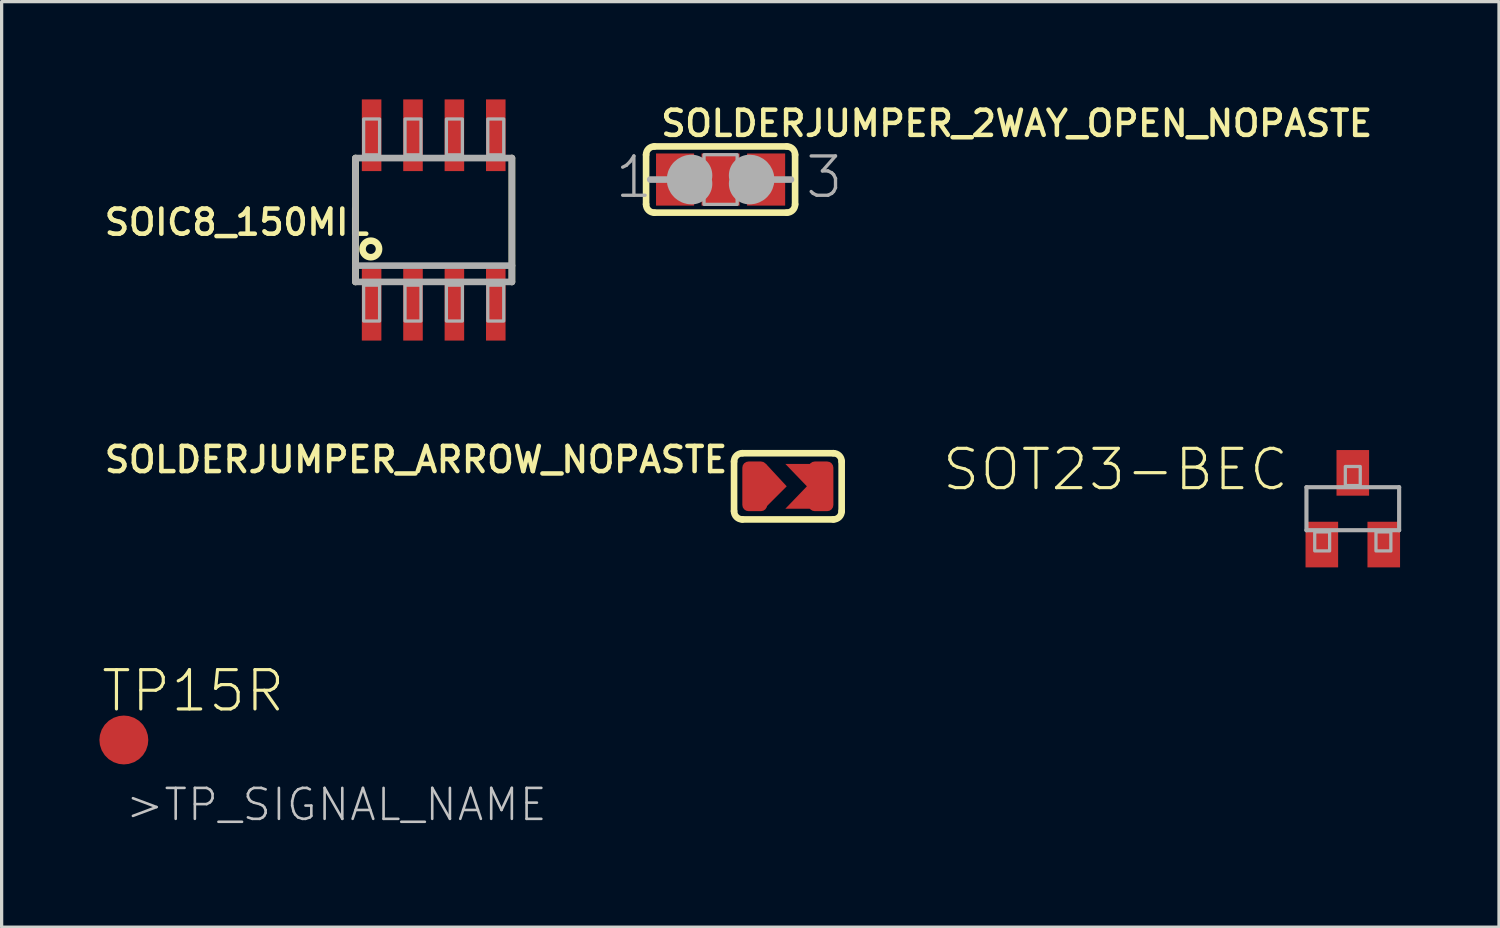
<source format=kicad_pcb>
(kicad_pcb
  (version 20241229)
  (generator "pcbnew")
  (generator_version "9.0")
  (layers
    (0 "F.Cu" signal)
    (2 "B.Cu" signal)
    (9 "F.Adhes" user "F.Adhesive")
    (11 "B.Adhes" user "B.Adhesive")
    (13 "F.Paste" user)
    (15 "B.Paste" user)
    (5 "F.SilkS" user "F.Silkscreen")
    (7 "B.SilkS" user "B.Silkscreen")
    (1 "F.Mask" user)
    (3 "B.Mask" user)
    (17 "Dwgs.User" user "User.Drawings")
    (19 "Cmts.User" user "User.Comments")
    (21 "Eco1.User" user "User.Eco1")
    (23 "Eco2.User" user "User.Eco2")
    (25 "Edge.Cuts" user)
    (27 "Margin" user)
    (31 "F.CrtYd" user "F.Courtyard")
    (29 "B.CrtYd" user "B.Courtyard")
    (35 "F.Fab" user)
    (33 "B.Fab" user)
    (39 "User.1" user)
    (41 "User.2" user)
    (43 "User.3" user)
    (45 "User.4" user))
  (footprint "SOT23-BEC"
    (layer "F.Cu")
    (at 38.458 12.559)
    (property "Reference" "SOT23-BEC" (at -1.905 -1.905 180) (layer "F.SilkS") (effects (font (size 1.206 1.206) (thickness 0.097)) (justify right top)))
    (attr through_hole)
    (fp_line (start -1.422 -0.66) (end 1.422 -0.66) (stroke (width 0.127) (type solid)) (layer "F.Fab"))
    (fp_line (start -1.422 0.66) (end -1.422 -0.66) (stroke (width 0.127) (type solid)) (layer "F.Fab"))
    (fp_line (start 1.422 -0.66) (end 1.422 0.66) (stroke (width 0.127) (type solid)) (layer "F.Fab"))
    (fp_line (start 1.422 0.66) (end -1.422 0.66) (stroke (width 0.127) (type solid)) (layer "F.Fab"))
    (fp_poly (pts (xy -1.168 1.295) (xy -0.711 1.295) (xy -0.711 0.711) (xy -1.168 0.711)) (stroke (width 0.1) (type solid)) (fill no) (layer "F.Fab"))
    (fp_poly (pts (xy -0.229 -0.711) (xy 0.229 -0.711) (xy 0.229 -1.295) (xy -0.229 -1.295)) (stroke (width 0.1) (type solid)) (fill no) (layer "F.Fab"))
    (fp_poly (pts (xy 0.711 1.295) (xy 1.168 1.295) (xy 1.168 0.711) (xy 0.711 0.711)) (stroke (width 0.1) (type solid)) (fill no) (layer "F.Fab"))
    (pad "B" smd rect (at -0.95 1.1) (size 1 1.4) (layers "F.Cu" "F.Mask" "F.Paste"))
    (pad "C" smd rect (at 0 -1.1) (size 1 1.4) (layers "F.Cu" "F.Mask" "F.Paste"))
    (pad "E" smd rect (at 0.95 1.1) (size 1 1.4) (layers "F.Cu" "F.Mask" "F.Paste")))
  (footprint "SOLDERJUMPER_ARROW_NOPASTE"
    (layer "F.Cu")
    (at 21.124 11.872)
    (property "Reference" "SOLDERJUMPER_ARROW_NOPASTE" (at -1.778 -1.27 180) (layer "F.SilkS") (effects (font (size 0.772 0.772) (thickness 0.139)) (justify right top)))
    (attr through_hole)
    (fp_poly (pts (xy -1.293 -0.687) (xy -0.671 -0.687) (xy -0.035 0) (xy -0.722 0.687) (xy -1.293 0.687)) (stroke (width 0) (type solid)) (fill yes) (layer "F.Cu"))
    (fp_poly (pts (xy -0.077 -0.687) (xy 0.584 0) (xy -0.077 0.687) (xy 1.293 0.687) (xy 1.293 -0.687)) (stroke (width 0) (type solid)) (fill yes) (layer "F.Cu"))
    (fp_poly (pts (xy -1.46 0.826) (xy 1.46 0.826) (xy 1.46 -0.826) (xy -1.46 -0.826)) (stroke (width 0) (type solid)) (fill yes) (layer "F.Mask"))
    (fp_line (start -1.651 0.762) (end -1.651 -0.762) (stroke (width 0.203) (type solid)) (layer "F.SilkS"))
    (fp_line (start -1.397 -1.016) (end 1.397 -1.016) (stroke (width 0.203) (type solid)) (layer "F.SilkS"))
    (fp_line (start 1.397 1.016) (end -1.397 1.016) (stroke (width 0.203) (type solid)) (layer "F.SilkS"))
    (fp_line (start 1.651 0.762) (end 1.651 -0.762) (stroke (width 0.203) (type solid)) (layer "F.SilkS"))
    (fp_arc (start -1.651 -0.762) (mid -1.576605 -0.941605) (end -1.397 -1.016) (stroke (width 0.2032) (type solid)) (layer "F.SilkS"))
    (fp_arc (start -1.397 1.016) (mid -1.576605 0.941605) (end -1.651 0.762) (stroke (width 0.2032) (type solid)) (layer "F.SilkS"))
    (fp_arc (start 1.397 -1.016) (mid 1.576605 -0.941605) (end 1.651 -0.762) (stroke (width 0.2032) (type solid)) (layer "F.SilkS"))
    (fp_arc (start 1.651 0.762) (mid 1.576605 0.941605) (end 1.397 1.016) (stroke (width 0.2032) (type solid)) (layer "F.SilkS"))
    (pad "1" smd roundrect (at -1.016 0) (size 0.762 1.524) (layers "F.Cu" "F.Mask") (roundrect_rratio 0.25))
    (pad "2" smd roundrect (at 1.016 0) (size 0.762 1.524) (layers "F.Cu" "F.Mask") (roundrect_rratio 0.25)))
  (footprint "TP15R"
    (layer "F.Cu")
    (at 0.75 19.655)
    (property "Reference" "TP15R" (at -0.75 -0.8 0) (layer "F.SilkS") (effects (font (size 1.206 1.206) (thickness 0.097)) (justify left bottom)))
    (attr through_hole)
    (fp_text user ">TP_SIGNAL_NAME" (at 0 2.54 0) (layer "Dwgs.User") (effects (font (size 0.95 0.95) (thickness 0.08)) (justify left bottom)))
    (pad "TP" smd roundrect (at 0 0) (size 1.5 1.5) (layers "F.Cu" "F.Mask") (roundrect_rratio 0.5)))
  (footprint "SOIC8_150MIL"
    (layer "F.Cu")
    (at 10.257 3.7)
    (property "Reference" "SOIC8_150MIL" (at -1.905 -0.381 180) (layer "F.SilkS") (effects (font (size 0.772 0.772) (thickness 0.139)) (justify right top)))
    (attr through_hole)
    (fp_line (start -2.4 1.9) (end -2.4 -1.9) (stroke (width 0.203) (type solid)) (layer "F.SilkS"))
    (fp_line (start 2.4 -1.9) (end 2.4 1.9) (stroke (width 0.203) (type solid)) (layer "F.SilkS"))
    (fp_circle (center -1.93 0.889) (end -1.676 0.889) (stroke (width 0.203) (type solid)) (fill no) (layer "F.SilkS"))
    (fp_line (start -2.4 -1.9) (end 2.4 -1.9) (stroke (width 0.203) (type solid)) (layer "F.Fab"))
    (fp_line (start -2.4 1.4) (end -2.4 -1.9) (stroke (width 0.203) (type solid)) (layer "F.Fab"))
    (fp_line (start -2.4 1.9) (end -2.4 1.4) (stroke (width 0.203) (type solid)) (layer "F.Fab"))
    (fp_line (start 2.4 -1.9) (end 2.4 1.4) (stroke (width 0.203) (type solid)) (layer "F.Fab"))
    (fp_line (start 2.4 1.4) (end -2.4 1.4) (stroke (width 0.203) (type solid)) (layer "F.Fab"))
    (fp_line (start 2.4 1.4) (end 2.4 1.9) (stroke (width 0.203) (type solid)) (layer "F.Fab"))
    (fp_line (start 2.4 1.9) (end -2.4 1.9) (stroke (width 0.203) (type solid)) (layer "F.Fab"))
    (fp_poly (pts (xy -2.15 -2) (xy -1.66 -2) (xy -1.66 -3.1) (xy -2.15 -3.1)) (stroke (width 0.1) (type solid)) (fill no) (layer "F.Fab"))
    (fp_poly (pts (xy -2.15 3.1) (xy -1.66 3.1) (xy -1.66 2) (xy -2.15 2)) (stroke (width 0.1) (type solid)) (fill no) (layer "F.Fab"))
    (fp_poly (pts (xy -0.88 -2) (xy -0.39 -2) (xy -0.39 -3.1) (xy -0.88 -3.1)) (stroke (width 0.1) (type solid)) (fill no) (layer "F.Fab"))
    (fp_poly (pts (xy -0.88 3.1) (xy -0.39 3.1) (xy -0.39 2) (xy -0.88 2)) (stroke (width 0.1) (type solid)) (fill no) (layer "F.Fab"))
    (fp_poly (pts (xy 0.39 -2) (xy 0.88 -2) (xy 0.88 -3.1) (xy 0.39 -3.1)) (stroke (width 0.1) (type solid)) (fill no) (layer "F.Fab"))
    (fp_poly (pts (xy 0.39 3.1) (xy 0.88 3.1) (xy 0.88 2) (xy 0.39 2)) (stroke (width 0.1) (type solid)) (fill no) (layer "F.Fab"))
    (fp_poly (pts (xy 1.66 -2) (xy 2.15 -2) (xy 2.15 -3.1) (xy 1.66 -3.1)) (stroke (width 0.1) (type solid)) (fill no) (layer "F.Fab"))
    (fp_poly (pts (xy 1.66 3.1) (xy 2.15 3.1) (xy 2.15 2) (xy 1.66 2)) (stroke (width 0.1) (type solid)) (fill no) (layer "F.Fab"))
    (pad "1" smd rect (at -1.905 2.6) (size 0.6 2.2) (layers "F.Cu" "F.Mask" "F.Paste"))
    (pad "2" smd rect (at -0.635 2.6) (size 0.6 2.2) (layers "F.Cu" "F.Mask" "F.Paste"))
    (pad "3" smd rect (at 0.635 2.6) (size 0.6 2.2) (layers "F.Cu" "F.Mask" "F.Paste"))
    (pad "4" smd rect (at 1.905 2.6) (size 0.6 2.2) (layers "F.Cu" "F.Mask" "F.Paste"))
    (pad "5" smd rect (at 1.905 -2.6) (size 0.6 2.2) (layers "F.Cu" "F.Mask" "F.Paste"))
    (pad "6" smd rect (at 0.635 -2.6) (size 0.6 2.2) (layers "F.Cu" "F.Mask" "F.Paste"))
    (pad "7" smd rect (at -0.635 -2.6) (size 0.6 2.2) (layers "F.Cu" "F.Mask" "F.Paste"))
    (pad "8" smd rect (at -1.905 -2.6) (size 0.6 2.2) (layers "F.Cu" "F.Mask" "F.Paste")))
  (footprint "SOLDERJUMPER_2WAY_OPEN_NOPASTE"
    (layer "F.Cu")
    (at 19.06 2.459)
    (property "Reference" "SOLDERJUMPER_2WAY_OPEN_NOPASTE" (at -1.905 -1.27 0) (layer "F.SilkS") (effects (font (size 0.772 0.772) (thickness 0.139)) (justify left bottom)))
    (attr through_hole)
    (fp_poly (pts (xy -2.083 0.889) (xy 2.083 0.889) (xy 2.083 -0.889) (xy -2.083 -0.889)) (stroke (width 0) (type solid)) (fill yes) (layer "F.Mask"))
    (fp_line (start -2.286 0.762) (end -2.286 -0.762) (stroke (width 0.203) (type solid)) (layer "F.SilkS"))
    (fp_line (start -2.032 -1.016) (end 2.032 -1.016) (stroke (width 0.203) (type solid)) (layer "F.SilkS"))
    (fp_line (start 2.032 1.016) (end -2.032 1.016) (stroke (width 0.203) (type solid)) (layer "F.SilkS"))
    (fp_line (start 2.286 0.762) (end 2.286 -0.762) (stroke (width 0.203) (type solid)) (layer "F.SilkS"))
    (fp_arc (start -2.286 -0.762) (mid -2.211605 -0.941605) (end -2.032 -1.016) (stroke (width 0.2032) (type solid)) (layer "F.SilkS"))
    (fp_arc (start -2.032 1.016) (mid -2.211605 0.941605) (end -2.286 0.762) (stroke (width 0.2032) (type solid)) (layer "F.SilkS"))
    (fp_arc (start 2.032 -1.016) (mid 2.211605 -0.941605) (end 2.286 -0.762) (stroke (width 0.2032) (type solid)) (layer "F.SilkS"))
    (fp_arc (start 2.286 0.762) (mid 2.211605 0.941605) (end 2.032 1.016) (stroke (width 0.2032) (type solid)) (layer "F.SilkS"))
    (fp_line (start -1.651 0) (end -2.159 0) (stroke (width 0.203) (type solid)) (layer "F.Fab"))
    (fp_line (start 1.651 0) (end 2.159 0) (stroke (width 0.203) (type solid)) (layer "F.Fab"))
    (fp_arc (start -0.889 0.127) (mid -1.016 0) (end -0.889 -0.127) (stroke (width 1.27) (type solid)) (layer "F.Fab"))
    (fp_arc (start 0.889 -0.127) (mid 1.016 0) (end 0.889 0.127) (stroke (width 1.27) (type solid)) (layer "F.Fab"))
    (fp_poly (pts (xy -0.508 0.762) (xy 0.508 0.762) (xy 0.508 -0.762) (xy -0.508 -0.762)) (stroke (width 0.1) (type solid)) (fill no) (layer "F.Fab"))
    (fp_text user "3" (at 2.54 0.635 0) (layer "F.Fab") (effects (font (size 1.206 1.206) (thickness 0.102)) (justify left bottom)))
    (fp_text user "1" (at -3.302 0.635 0) (layer "F.Fab") (effects (font (size 1.206 1.206) (thickness 0.102)) (justify left bottom)))
    (pad "1" smd rect (at -1.397 0) (size 1.168 1.6) (layers "F.Cu" "F.Mask"))
    (pad "2" smd rect (at 0 0) (size 1.168 1.6) (layers "F.Cu" "F.Mask"))
    (pad "3" smd rect (at 1.397 0) (size 1.168 1.6) (layers "F.Cu" "F.Mask")))
  (gr_rect
    (start -3 -3)
    (end 42.944 25.398)
    (stroke (width 0.1) (type default))
    (fill no)
    (layer "Edge.Cuts")))
</source>
